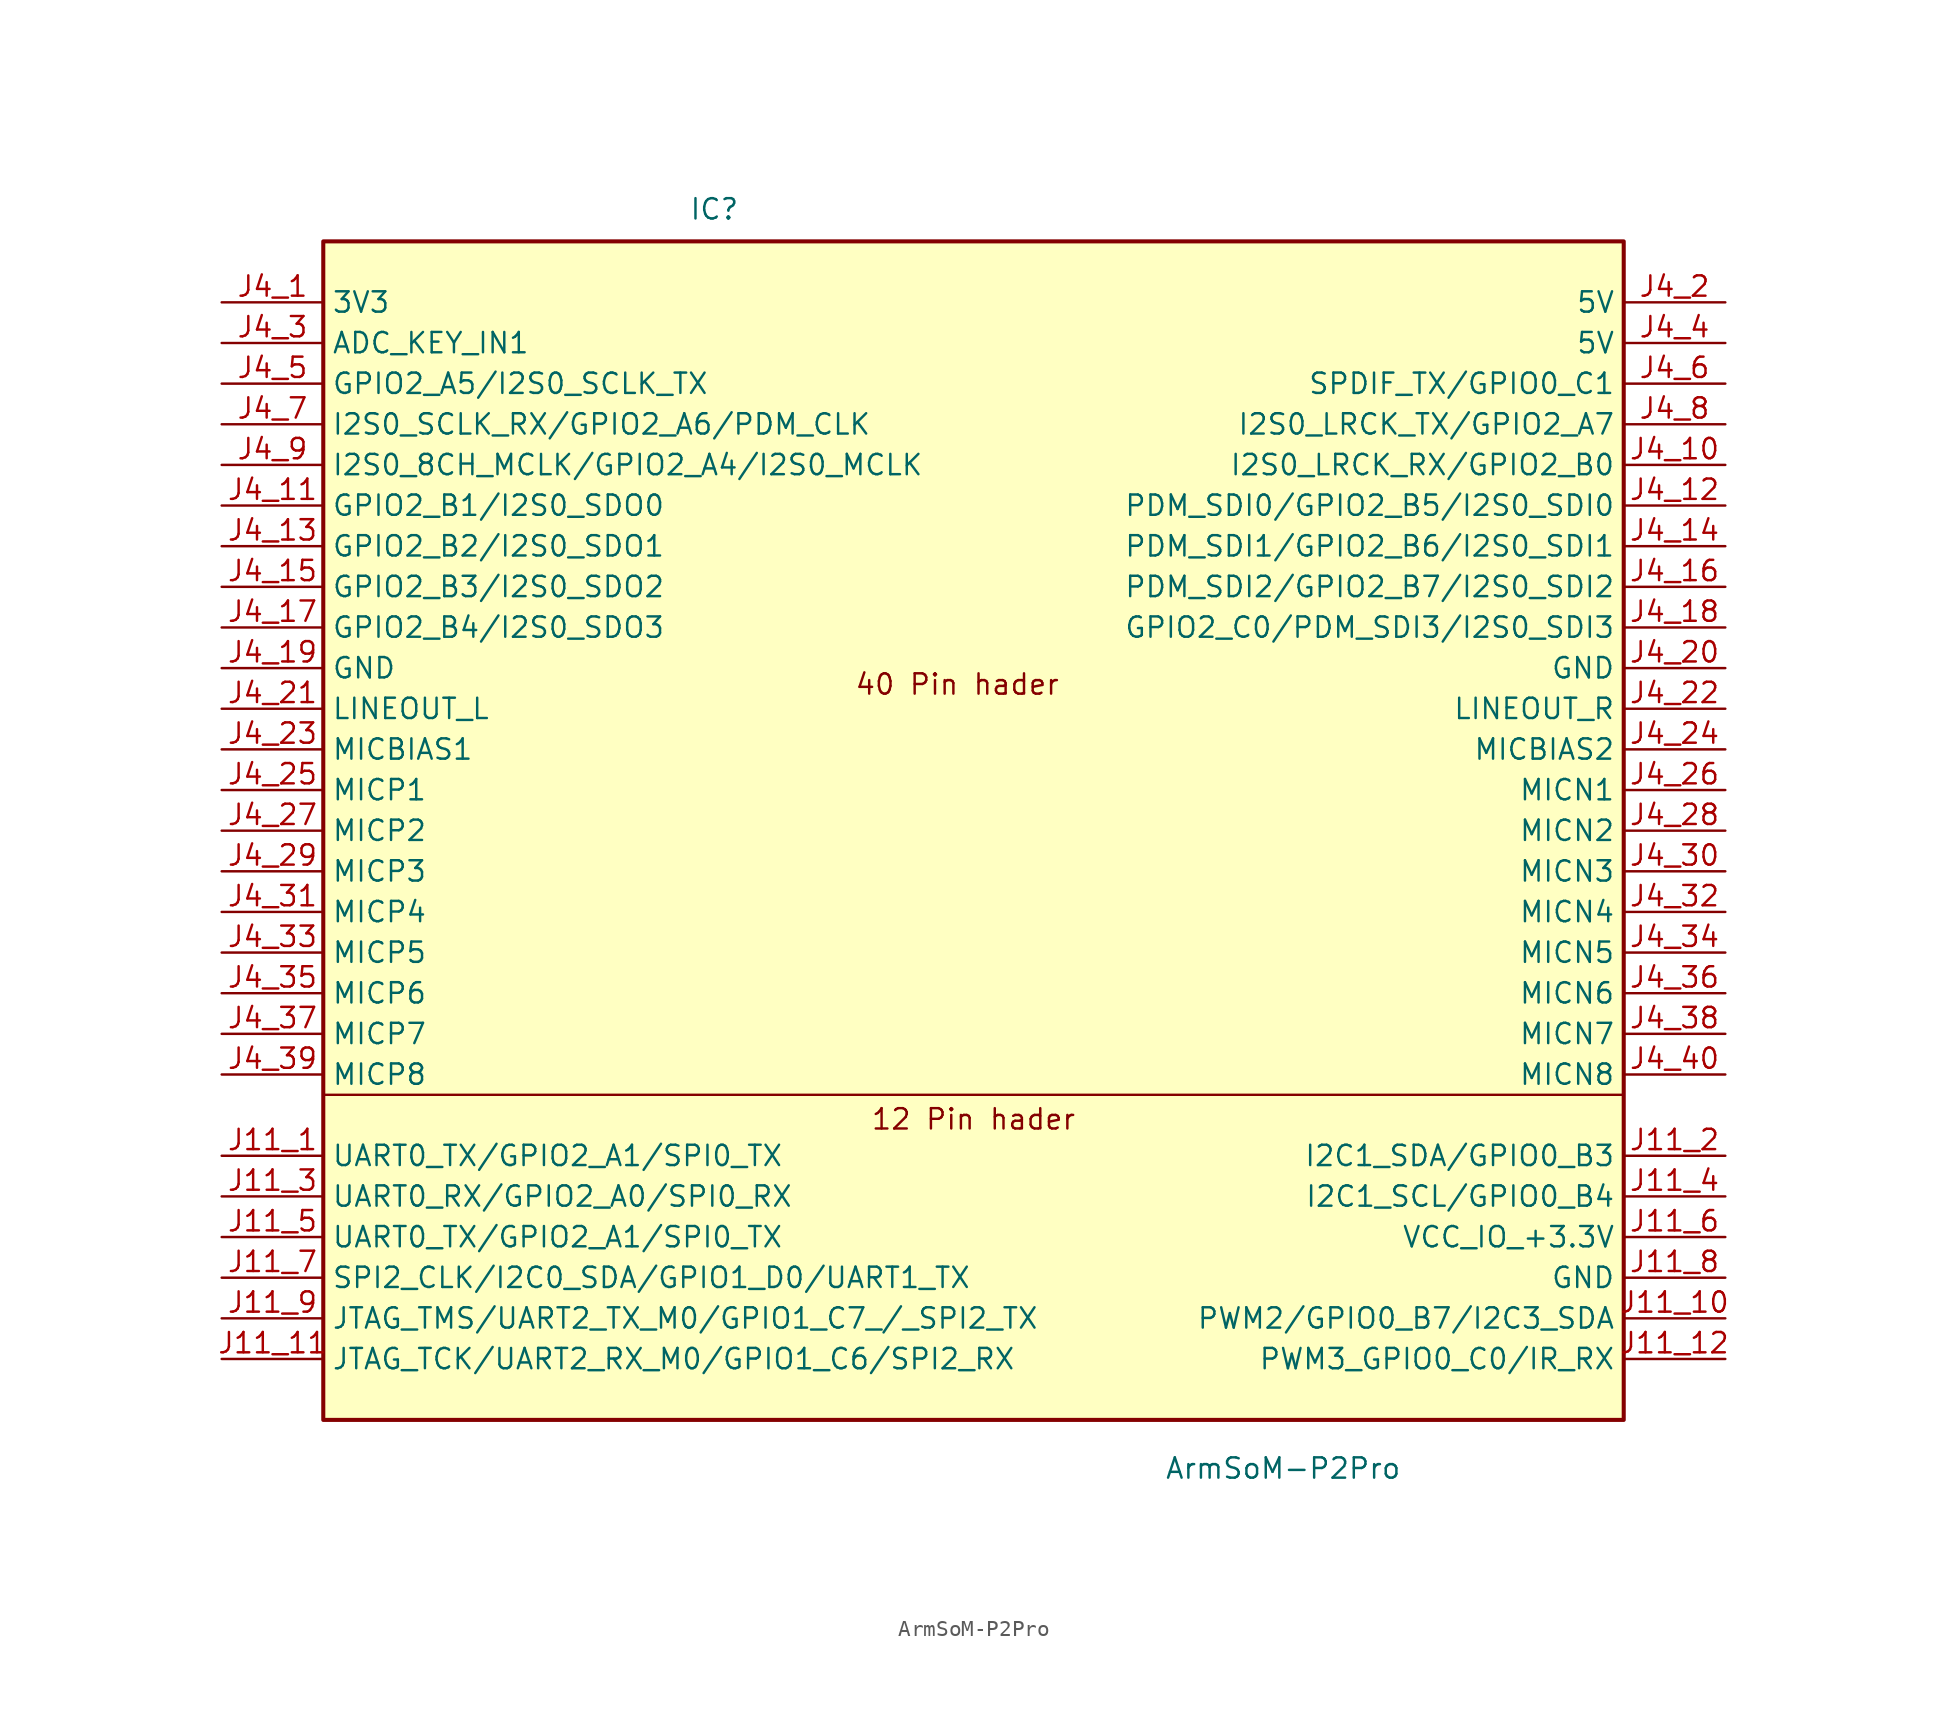
<source format=kicad_sym>
(kicad_symbol_lib
  (version 20231120)
  (generator "kicad_symbol_editor")
  (generator_version "8.0")
  (symbol "ArmSoM-P2Pro"
    (property "Reference" "IC"
      (at -17.78 38.1 0)
      (effects (font (size 1.27 1.27)) (justify left bottom)))
    (property "Value" "ArmSoM-P2Pro"
      (at 11.938 -39.116 0)
      (effects (font (size 1.27 1.27)) (justify left top)))
    (symbol "ArmSoM-P2Pro_0_1"
      (rectangle (start -40.64 36.83) (end 40.64 -36.83) (stroke (width 0.254) (type default)) (fill (type background)))
      (polyline (pts (xy -40.64 -16.51) (xy 40.64 -16.51)) (stroke (width 0) (type default)) (fill (type none))))
    (symbol "ArmSoM-P2Pro_1_1"
      (text "12 Pin hader" (at 0 -18.034 0) (effects (font (size 1.27 1.27))))
      (text "40 Pin hader" (at -1.016 9.144 0) (effects (font (size 1.27 1.27))))
      (pin bidirectional line (at -46.99 -20.32 0) (length 6.35) (name "UART0_TX/GPIO2_A1/SPI0_TX" (effects (font (size 1.27 1.27)))) (number "J11_1" (effects (font (size 1.27 1.27)))))
      (pin bidirectional line (at 46.99 -30.48 180) (length 6.35) (name "PWM2/GPIO0_B7/I2C3_SDA" (effects (font (size 1.27 1.27)))) (number "J11_10" (effects (font (size 1.27 1.27)))))
      (pin bidirectional line (at -46.99 -33.02 0) (length 6.35) (name "JTAG_TCK/UART2_RX_M0/GPIO1_C6/SPI2_RX" (effects (font (size 1.27 1.27)))) (number "J11_11" (effects (font (size 1.27 1.27)))))
      (pin bidirectional line (at 46.99 -33.02 180) (length 6.35) (name "PWM3_GPIO0_C0/IR_RX" (effects (font (size 1.27 1.27)))) (number "J11_12" (effects (font (size 1.27 1.27)))))
      (pin bidirectional line (at 46.99 -20.32 180) (length 6.35) (name "I2C1_SDA/GPIO0_B3" (effects (font (size 1.27 1.27)))) (number "J11_2" (effects (font (size 1.27 1.27)))))
      (pin bidirectional line (at -46.99 -22.86 0) (length 6.35) (name "UART0_RX/GPIO2_A0/SPI0_RX" (effects (font (size 1.27 1.27)))) (number "J11_3" (effects (font (size 1.27 1.27)))))
      (pin bidirectional line (at 46.99 -22.86 180) (length 6.35) (name "I2C1_SCL/GPIO0_B4" (effects (font (size 1.27 1.27)))) (number "J11_4" (effects (font (size 1.27 1.27)))))
      (pin bidirectional line (at -46.99 -25.4 0) (length 6.35) (name "UART0_TX/GPIO2_A1/SPI0_TX" (effects (font (size 1.27 1.27)))) (number "J11_5" (effects (font (size 1.27 1.27)))))
      (pin bidirectional line (at 46.99 -25.4 180) (length 6.35) (name "VCC_IO_+3.3V" (effects (font (size 1.27 1.27)))) (number "J11_6" (effects (font (size 1.27 1.27)))))
      (pin bidirectional line (at -46.99 -27.94 0) (length 6.35) (name "SPI2_CLK/I2C0_SDA/GPIO1_D0/UART1_TX" (effects (font (size 1.27 1.27)))) (number "J11_7" (effects (font (size 1.27 1.27)))))
      (pin bidirectional line (at 46.99 -27.94 180) (length 6.35) (name "GND" (effects (font (size 1.27 1.27)))) (number "J11_8" (effects (font (size 1.27 1.27)))))
      (pin bidirectional line (at -46.99 -30.48 0) (length 6.35) (name "JTAG_TMS/UART2_TX_M0/GPIO1_C7_/_SPI2_TX" (effects (font (size 1.27 1.27)))) (number "J11_9" (effects (font (size 1.27 1.27)))))
      (pin power_in line (at -46.99 33.02 0) (length 6.35) (name "3V3" (effects (font (size 1.27 1.27)))) (number "J4_1" (effects (font (size 1.27 1.27)))))
      (pin bidirectional line (at 46.99 22.86 180) (length 6.35) (name "I2S0_LRCK_RX/GPIO2_B0" (effects (font (size 1.27 1.27)))) (number "J4_10" (effects (font (size 1.27 1.27)))))
      (pin bidirectional line (at -46.99 20.32 0) (length 6.35) (name "GPIO2_B1/I2S0_SDO0" (effects (font (size 1.27 1.27)))) (number "J4_11" (effects (font (size 1.27 1.27)))))
      (pin bidirectional line (at 46.99 20.32 180) (length 6.35) (name "PDM_SDI0/GPIO2_B5/I2S0_SDI0" (effects (font (size 1.27 1.27)))) (number "J4_12" (effects (font (size 1.27 1.27)))))
      (pin bidirectional line (at -46.99 17.78 0) (length 6.35) (name "GPIO2_B2/I2S0_SDO1" (effects (font (size 1.27 1.27)))) (number "J4_13" (effects (font (size 1.27 1.27)))))
      (pin bidirectional line (at 46.99 17.78 180) (length 6.35) (name "PDM_SDI1/GPIO2_B6/I2S0_SDI1" (effects (font (size 1.27 1.27)))) (number "J4_14" (effects (font (size 1.27 1.27)))))
      (pin bidirectional line (at -46.99 15.24 0) (length 6.35) (name "GPIO2_B3/I2S0_SDO2" (effects (font (size 1.27 1.27)))) (number "J4_15" (effects (font (size 1.27 1.27)))))
      (pin bidirectional line (at 46.99 15.24 180) (length 6.35) (name "PDM_SDI2/GPIO2_B7/I2S0_SDI2" (effects (font (size 1.27 1.27)))) (number "J4_16" (effects (font (size 1.27 1.27)))))
      (pin bidirectional line (at -46.99 12.7 0) (length 6.35) (name "GPIO2_B4/I2S0_SDO3" (effects (font (size 1.27 1.27)))) (number "J4_17" (effects (font (size 1.27 1.27)))))
      (pin bidirectional line (at 46.99 12.7 180) (length 6.35) (name "GPIO2_C0/PDM_SDI3/I2S0_SDI3" (effects (font (size 1.27 1.27)))) (number "J4_18" (effects (font (size 1.27 1.27)))))
      (pin power_in line (at -46.99 10.16 0) (length 6.35) (name "GND" (effects (font (size 1.27 1.27)))) (number "J4_19" (effects (font (size 1.27 1.27)))))
      (pin power_in line (at 46.99 33.02 180) (length 6.35) (name "5V" (effects (font (size 1.27 1.27)))) (number "J4_2" (effects (font (size 1.27 1.27)))))
      (pin power_in line (at 46.99 10.16 180) (length 6.35) (name "GND" (effects (font (size 1.27 1.27)))) (number "J4_20" (effects (font (size 1.27 1.27)))))
      (pin bidirectional line (at -46.99 7.62 0) (length 6.35) (name "LINEOUT_L" (effects (font (size 1.27 1.27)))) (number "J4_21" (effects (font (size 1.27 1.27)))))
      (pin bidirectional line (at 46.99 7.62 180) (length 6.35) (name "LINEOUT_R" (effects (font (size 1.27 1.27)))) (number "J4_22" (effects (font (size 1.27 1.27)))))
      (pin bidirectional line (at -46.99 5.08 0) (length 6.35) (name "MICBIAS1" (effects (font (size 1.27 1.27)))) (number "J4_23" (effects (font (size 1.27 1.27)))))
      (pin bidirectional line (at 46.99 5.08 180) (length 6.35) (name "MICBIAS2" (effects (font (size 1.27 1.27)))) (number "J4_24" (effects (font (size 1.27 1.27)))))
      (pin bidirectional line (at -46.99 2.54 0) (length 6.35) (name "MICP1" (effects (font (size 1.27 1.27)))) (number "J4_25" (effects (font (size 1.27 1.27)))))
      (pin bidirectional line (at 46.99 2.54 180) (length 6.35) (name "MICN1" (effects (font (size 1.27 1.27)))) (number "J4_26" (effects (font (size 1.27 1.27)))))
      (pin bidirectional line (at -46.99 0 0) (length 6.35) (name "MICP2" (effects (font (size 1.27 1.27)))) (number "J4_27" (effects (font (size 1.27 1.27)))))
      (pin bidirectional line (at 46.99 0 180) (length 6.35) (name "MICN2" (effects (font (size 1.27 1.27)))) (number "J4_28" (effects (font (size 1.27 1.27)))))
      (pin bidirectional line (at -46.99 -2.54 0) (length 6.35) (name "MICP3" (effects (font (size 1.27 1.27)))) (number "J4_29" (effects (font (size 1.27 1.27)))))
      (pin bidirectional line (at -46.99 30.48 0) (length 6.35) (name "ADC_KEY_IN1" (effects (font (size 1.27 1.27)))) (number "J4_3" (effects (font (size 1.27 1.27)))))
      (pin bidirectional line (at 46.99 -2.54 180) (length 6.35) (name "MICN3" (effects (font (size 1.27 1.27)))) (number "J4_30" (effects (font (size 1.27 1.27)))))
      (pin bidirectional line (at -46.99 -5.08 0) (length 6.35) (name "MICP4" (effects (font (size 1.27 1.27)))) (number "J4_31" (effects (font (size 1.27 1.27)))))
      (pin bidirectional line (at 46.99 -5.08 180) (length 6.35) (name "MICN4" (effects (font (size 1.27 1.27)))) (number "J4_32" (effects (font (size 1.27 1.27)))))
      (pin bidirectional line (at -46.99 -7.62 0) (length 6.35) (name "MICP5" (effects (font (size 1.27 1.27)))) (number "J4_33" (effects (font (size 1.27 1.27)))))
      (pin bidirectional line (at 46.99 -7.62 180) (length 6.35) (name "MICN5" (effects (font (size 1.27 1.27)))) (number "J4_34" (effects (font (size 1.27 1.27)))))
      (pin bidirectional line (at -46.99 -10.16 0) (length 6.35) (name "MICP6" (effects (font (size 1.27 1.27)))) (number "J4_35" (effects (font (size 1.27 1.27)))))
      (pin bidirectional line (at 46.99 -10.16 180) (length 6.35) (name "MICN6" (effects (font (size 1.27 1.27)))) (number "J4_36" (effects (font (size 1.27 1.27)))))
      (pin bidirectional line (at -46.99 -12.7 0) (length 6.35) (name "MICP7" (effects (font (size 1.27 1.27)))) (number "J4_37" (effects (font (size 1.27 1.27)))))
      (pin bidirectional line (at 46.99 -12.7 180) (length 6.35) (name "MICN7" (effects (font (size 1.27 1.27)))) (number "J4_38" (effects (font (size 1.27 1.27)))))
      (pin bidirectional line (at -46.99 -15.24 0) (length 6.35) (name "MICP8" (effects (font (size 1.27 1.27)))) (number "J4_39" (effects (font (size 1.27 1.27)))))
      (pin power_in line (at 46.99 30.48 180) (length 6.35) (name "5V" (effects (font (size 1.27 1.27)))) (number "J4_4" (effects (font (size 1.27 1.27)))))
      (pin bidirectional line (at 46.99 -15.24 180) (length 6.35) (name "MICN8" (effects (font (size 1.27 1.27)))) (number "J4_40" (effects (font (size 1.27 1.27)))))
      (pin bidirectional line (at -46.99 27.94 0) (length 6.35) (name "GPIO2_A5/I2S0_SCLK_TX" (effects (font (size 1.27 1.27)))) (number "J4_5" (effects (font (size 1.27 1.27)))))
      (pin bidirectional line (at 46.99 27.94 180) (length 6.35) (name "SPDIF_TX/GPIO0_C1" (effects (font (size 1.27 1.27)))) (number "J4_6" (effects (font (size 1.27 1.27)))))
      (pin bidirectional line (at -46.99 25.4 0) (length 6.35) (name "I2S0_SCLK_RX/GPIO2_A6/PDM_CLK" (effects (font (size 1.27 1.27)))) (number "J4_7" (effects (font (size 1.27 1.27)))))
      (pin bidirectional line (at 46.99 25.4 180) (length 6.35) (name "I2S0_LRCK_TX/GPIO2_A7" (effects (font (size 1.27 1.27)))) (number "J4_8" (effects (font (size 1.27 1.27)))))
      (pin bidirectional line (at -46.99 22.86 0) (length 6.35) (name "I2S0_8CH_MCLK/GPIO2_A4/I2S0_MCLK" (effects (font (size 1.27 1.27)))) (number "J4_9" (effects (font (size 1.27 1.27))))))))
</source>
